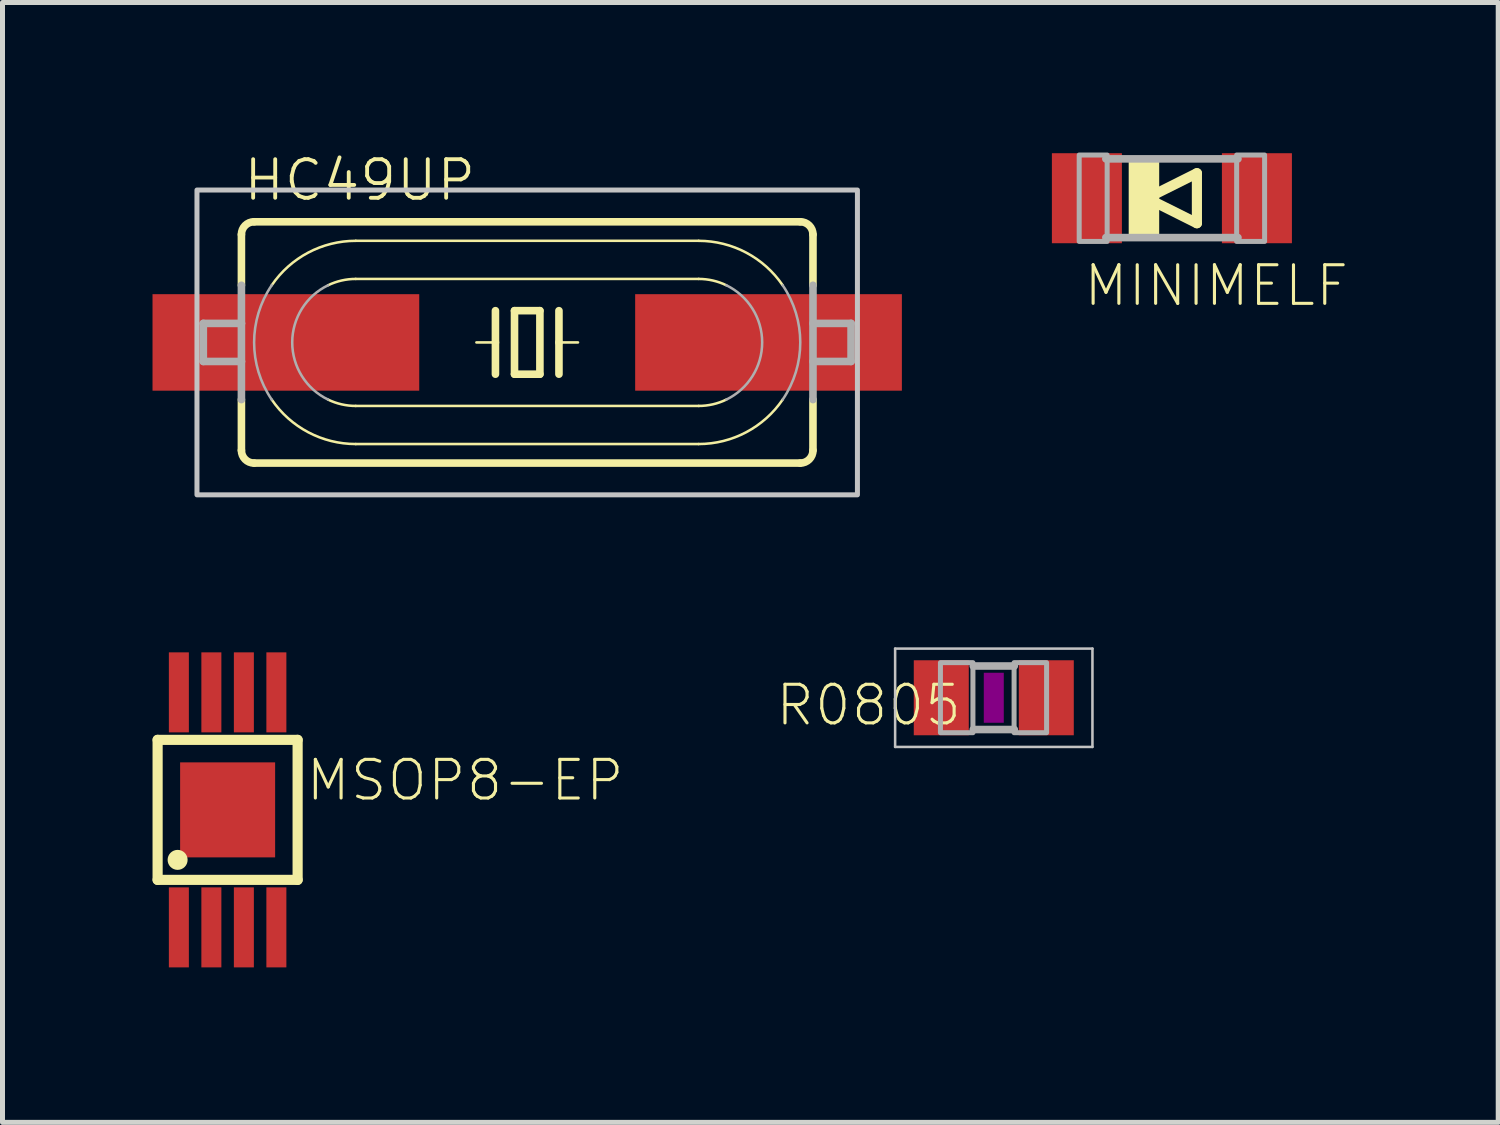
<source format=kicad_pcb>
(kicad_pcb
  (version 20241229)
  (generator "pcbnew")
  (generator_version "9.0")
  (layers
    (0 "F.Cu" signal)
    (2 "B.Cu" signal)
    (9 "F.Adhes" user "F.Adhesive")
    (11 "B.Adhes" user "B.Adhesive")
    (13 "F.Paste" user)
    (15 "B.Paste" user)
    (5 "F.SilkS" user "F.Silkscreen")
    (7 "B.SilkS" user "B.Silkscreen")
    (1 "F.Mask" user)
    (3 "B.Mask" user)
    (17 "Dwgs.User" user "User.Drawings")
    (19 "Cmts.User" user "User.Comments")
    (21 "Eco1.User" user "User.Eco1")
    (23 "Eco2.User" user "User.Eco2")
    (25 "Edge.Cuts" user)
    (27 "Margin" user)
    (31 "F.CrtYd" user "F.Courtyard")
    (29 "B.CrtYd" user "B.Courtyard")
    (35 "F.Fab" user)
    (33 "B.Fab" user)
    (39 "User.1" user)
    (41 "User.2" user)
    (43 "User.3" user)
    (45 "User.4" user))
  (footprint "MSOP8-EP"
    (layer "F.Cu")
    (at 1.502 13.146)
    (property "Reference" "MSOP8-EP" (at 1.53 -0.14 0) (layer "F.SilkS") (effects (font (size 0.772 0.772) (thickness 0.062)) (justify left bottom)))
    (attr through_hole)
    (fp_poly (pts (xy -1.225 -1.525) (xy -0.725 -1.525) (xy -0.725 -3.25) (xy -1.225 -3.25)) (stroke (width 0) (type solid)) (fill yes) (layer "F.Mask"))
    (fp_poly (pts (xy -1.225 3.25) (xy -0.725 3.25) (xy -0.725 1.525) (xy -1.225 1.525)) (stroke (width 0) (type solid)) (fill yes) (layer "F.Mask"))
    (fp_poly (pts (xy -0.575 -1.525) (xy -0.075 -1.525) (xy -0.075 -3.25) (xy -0.575 -3.25)) (stroke (width 0) (type solid)) (fill yes) (layer "F.Mask"))
    (fp_poly (pts (xy -0.575 3.25) (xy -0.075 3.25) (xy -0.075 1.525) (xy -0.575 1.525)) (stroke (width 0) (type solid)) (fill yes) (layer "F.Mask"))
    (fp_poly (pts (xy 0.075 -1.525) (xy 0.575 -1.525) (xy 0.575 -3.25) (xy 0.075 -3.25)) (stroke (width 0) (type solid)) (fill yes) (layer "F.Mask"))
    (fp_poly (pts (xy 0.075 3.25) (xy 0.575 3.25) (xy 0.575 1.525) (xy 0.075 1.525)) (stroke (width 0) (type solid)) (fill yes) (layer "F.Mask"))
    (fp_poly (pts (xy 0.725 -1.525) (xy 1.225 -1.525) (xy 1.225 -3.25) (xy 0.725 -3.25)) (stroke (width 0) (type solid)) (fill yes) (layer "F.Mask"))
    (fp_poly (pts (xy 0.725 3.25) (xy 1.225 3.25) (xy 1.225 1.525) (xy 0.725 1.525)) (stroke (width 0) (type solid)) (fill yes) (layer "F.Mask"))
    (fp_line (start -1.4 -1.4) (end 1.4 -1.4) (stroke (width 0.203) (type solid)) (layer "F.SilkS"))
    (fp_line (start -1.4 1.4) (end -1.4 -1.4) (stroke (width 0.203) (type solid)) (layer "F.SilkS"))
    (fp_line (start 1.4 -1.4) (end 1.4 1.4) (stroke (width 0.203) (type solid)) (layer "F.SilkS"))
    (fp_line (start 1.4 1.4) (end -1.4 1.4) (stroke (width 0.203) (type solid)) (layer "F.SilkS"))
    (fp_circle (center -1 1) (end -0.9 1) (stroke (width 0.2) (type solid)) (fill no) (layer "F.SilkS"))
    (pad "1" smd rect (at -0.975 2.35) (size 0.4 1.6) (layers "F.Cu" "F.Mask" "F.Paste"))
    (pad "2" smd rect (at -0.325 2.35) (size 0.4 1.6) (layers "F.Cu" "F.Mask" "F.Paste"))
    (pad "3" smd rect (at 0.325 2.35) (size 0.4 1.6) (layers "F.Cu" "F.Mask" "F.Paste"))
    (pad "4" smd rect (at 0.975 2.35) (size 0.4 1.6) (layers "F.Cu" "F.Mask" "F.Paste"))
    (pad "5" smd rect (at 0.975 -2.35) (size 0.4 1.6) (layers "F.Cu" "F.Mask" "F.Paste"))
    (pad "6" smd rect (at 0.325 -2.35) (size 0.4 1.6) (layers "F.Cu" "F.Mask" "F.Paste"))
    (pad "7" smd rect (at -0.325 -2.35) (size 0.4 1.6) (layers "F.Cu" "F.Mask" "F.Paste"))
    (pad "8" smd rect (at -0.975 -2.35) (size 0.4 1.6) (layers "F.Cu" "F.Mask" "F.Paste"))
    (pad "EP" smd rect (at 0 0) (size 1.9 1.9) (layers "F.Cu" "F.Mask" "F.Paste")))
  (footprint "HC49UP"
    (layer "F.Cu")
    (at 7.493 3.798)
    (property "Reference" "HC49UP" (at -5.715 -2.794 0) (layer "F.SilkS") (effects (font (size 0.772 0.772) (thickness 0.077)) (justify left bottom)))
    (attr through_hole)
    (fp_line (start -5.715 -1.143) (end -5.715 -2.159) (stroke (width 0.152) (type solid)) (layer "F.SilkS"))
    (fp_line (start -5.715 2.159) (end -5.715 1.143) (stroke (width 0.152) (type solid)) (layer "F.SilkS"))
    (fp_line (start -3.429 -2.032) (end 3.429 -2.032) (stroke (width 0.051) (type solid)) (layer "F.SilkS"))
    (fp_line (start -3.429 -1.27) (end 3.429 -1.27) (stroke (width 0.051) (type solid)) (layer "F.SilkS"))
    (fp_line (start -0.635 -0.635) (end -0.635 0) (stroke (width 0.152) (type solid)) (layer "F.SilkS"))
    (fp_line (start -0.635 0) (end -1.016 0) (stroke (width 0.051) (type solid)) (layer "F.SilkS"))
    (fp_line (start -0.635 0) (end -0.635 0.635) (stroke (width 0.152) (type solid)) (layer "F.SilkS"))
    (fp_line (start -0.254 -0.635) (end -0.254 0.635) (stroke (width 0.152) (type solid)) (layer "F.SilkS"))
    (fp_line (start -0.254 0.635) (end 0.254 0.635) (stroke (width 0.152) (type solid)) (layer "F.SilkS"))
    (fp_line (start 0.254 -0.635) (end -0.254 -0.635) (stroke (width 0.152) (type solid)) (layer "F.SilkS"))
    (fp_line (start 0.254 0.635) (end 0.254 -0.635) (stroke (width 0.152) (type solid)) (layer "F.SilkS"))
    (fp_line (start 0.635 -0.635) (end 0.635 0) (stroke (width 0.152) (type solid)) (layer "F.SilkS"))
    (fp_line (start 0.635 0) (end 0.635 0.635) (stroke (width 0.152) (type solid)) (layer "F.SilkS"))
    (fp_line (start 0.635 0) (end 1.016 0) (stroke (width 0.051) (type solid)) (layer "F.SilkS"))
    (fp_line (start 3.429 1.27) (end -3.429 1.27) (stroke (width 0.051) (type solid)) (layer "F.SilkS"))
    (fp_line (start 3.429 2.032) (end -3.429 2.032) (stroke (width 0.051) (type solid)) (layer "F.SilkS"))
    (fp_line (start 5.461 -2.413) (end -5.461 -2.413) (stroke (width 0.152) (type solid)) (layer "F.SilkS"))
    (fp_line (start 5.461 2.413) (end -5.461 2.413) (stroke (width 0.152) (type solid)) (layer "F.SilkS"))
    (fp_line (start 5.715 -1.143) (end 5.715 -2.159) (stroke (width 0.152) (type solid)) (layer "F.SilkS"))
    (fp_line (start 5.715 2.159) (end 5.715 1.143) (stroke (width 0.152) (type solid)) (layer "F.SilkS"))
    (fp_arc (start -5.715 -2.159) (mid -5.640605 -2.338605) (end -5.461 -2.413) (stroke (width 0.1524) (type solid)) (layer "F.SilkS"))
    (fp_arc (start -5.461 2.413) (mid -5.640605 2.338605) (end -5.715 2.159) (stroke (width 0.1524) (type solid)) (layer "F.SilkS"))
    (fp_arc (start -5.1091 -1.143) (mid -4.379417 -1.796107) (end -3.429 -2.032101) (stroke (width 0.0508) (type solid)) (layer "F.SilkS"))
    (fp_arc (start -3.9826 -1.143) (mid -3.712991 -1.237845) (end -3.429 -1.27) (stroke (width 0.0508) (type solid)) (layer "F.SilkS"))
    (fp_arc (start -3.429 1.27) (mid -3.712991 1.237845) (end -3.9826 1.143) (stroke (width 0.0508) (type solid)) (layer "F.SilkS"))
    (fp_arc (start -3.429 2.032001) (mid -4.379408 1.796063) (end -5.1091 1.143) (stroke (width 0.0508) (type solid)) (layer "F.SilkS"))
    (fp_arc (start 3.429 -2.032) (mid 4.379408 -1.796062) (end 5.1091 -1.142999) (stroke (width 0.0508) (type solid)) (layer "F.SilkS"))
    (fp_arc (start 3.429 -1.27) (mid 3.712991 -1.237845) (end 3.9826 -1.143) (stroke (width 0.0508) (type solid)) (layer "F.SilkS"))
    (fp_arc (start 3.9826 1.143) (mid 3.712991 1.237845) (end 3.429 1.27) (stroke (width 0.0508) (type solid)) (layer "F.SilkS"))
    (fp_arc (start 5.109 1.142899) (mid 4.379368 1.795994) (end 3.429 2.032) (stroke (width 0.0508) (type solid)) (layer "F.SilkS"))
    (fp_arc (start 5.461 -2.413) (mid 5.640605 -2.338605) (end 5.715 -2.159) (stroke (width 0.1524) (type solid)) (layer "F.SilkS"))
    (fp_arc (start 5.715 2.159) (mid 5.640605 2.338605) (end 5.461 2.413) (stroke (width 0.1524) (type solid)) (layer "F.SilkS"))
    (fp_poly (pts (xy -6.604 3.048) (xy 6.604 3.048) (xy 6.604 -3.048) (xy -6.604 -3.048)) (stroke (width 0.1) (type solid)) (fill no) (layer "Dwgs.User"))
    (fp_line (start -6.477 0.381) (end -6.477 -0.381) (stroke (width 0.152) (type solid)) (layer "F.Fab"))
    (fp_line (start -5.715 -0.381) (end -6.477 -0.381) (stroke (width 0.152) (type solid)) (layer "F.Fab"))
    (fp_line (start -5.715 -0.381) (end -5.715 -1.143) (stroke (width 0.152) (type solid)) (layer "F.Fab"))
    (fp_line (start -5.715 0.381) (end -6.477 0.381) (stroke (width 0.152) (type solid)) (layer "F.Fab"))
    (fp_line (start -5.715 0.381) (end -5.715 -0.381) (stroke (width 0.152) (type solid)) (layer "F.Fab"))
    (fp_line (start -5.715 1.143) (end -5.715 0.381) (stroke (width 0.152) (type solid)) (layer "F.Fab"))
    (fp_line (start 5.715 -0.381) (end 6.477 -0.381) (stroke (width 0.152) (type solid)) (layer "F.Fab"))
    (fp_line (start 5.715 0.381) (end 6.477 0.381) (stroke (width 0.152) (type solid)) (layer "F.Fab"))
    (fp_line (start 5.715 1.143) (end 5.715 -1.143) (stroke (width 0.152) (type solid)) (layer "F.Fab"))
    (fp_line (start 6.477 0.381) (end 6.477 -0.381) (stroke (width 0.152) (type solid)) (layer "F.Fab"))
    (fp_arc (start -5.1091 1.143) (mid -5.46104 0) (end -5.1091 -1.143) (stroke (width 0.0508) (type solid)) (layer "F.Fab"))
    (fp_arc (start -3.9826 1.143) (mid -4.699009 0) (end -3.9826 -1.143) (stroke (width 0.0508) (type solid)) (layer "F.Fab"))
    (fp_arc (start 3.9826 -1.143) (mid 4.699009 0) (end 3.9826 1.143) (stroke (width 0.0508) (type solid)) (layer "F.Fab"))
    (fp_arc (start 5.1091 -1.143) (mid 5.46104 0) (end 5.1091 1.143) (stroke (width 0.0508) (type solid)) (layer "F.Fab"))
    (pad "1" smd rect (at -4.826 0) (size 5.334 1.93) (layers "F.Cu" "F.Mask" "F.Paste"))
    (pad "2" smd rect (at 4.826 0) (size 5.334 1.93) (layers "F.Cu" "F.Mask" "F.Paste")))
  (footprint "MINIMELF"
    (layer "F.Cu")
    (at 20.386 0.914)
    (property "Reference" "MINIMELF" (at -1.8 2.2 180) (layer "F.SilkS") (effects (font (size 0.772 0.772) (thickness 0.062)) (justify left bottom)))
    (attr through_hole)
    (fp_line (start -0.5 0) (end 0.5 0.5) (stroke (width 0.203) (type solid)) (layer "F.SilkS"))
    (fp_line (start 0.5 -0.5) (end -0.5 0) (stroke (width 0.203) (type solid)) (layer "F.SilkS"))
    (fp_line (start 0.5 0.5) (end 0.5 -0.5) (stroke (width 0.203) (type solid)) (layer "F.SilkS"))
    (fp_poly (pts (xy -0.864 0.787) (xy -0.254 0.787) (xy -0.254 -0.787) (xy -0.864 -0.787)) (stroke (width 0) (type solid)) (fill yes) (layer "F.SilkS"))
    (fp_line (start 1.321 -0.787) (end -1.321 -0.787) (stroke (width 0.152) (type solid)) (layer "F.Fab"))
    (fp_line (start 1.321 0.787) (end -1.321 0.787) (stroke (width 0.152) (type solid)) (layer "F.Fab"))
    (fp_poly (pts (xy -1.854 0.864) (xy -1.295 0.864) (xy -1.295 -0.864) (xy -1.854 -0.864)) (stroke (width 0.1) (type solid)) (fill no) (layer "F.Fab"))
    (fp_poly (pts (xy 1.295 0.864) (xy 1.854 0.864) (xy 1.854 -0.864) (xy 1.295 -0.864)) (stroke (width 0.1) (type solid)) (fill no) (layer "F.Fab"))
    (pad "A" smd rect (at 1.7 0) (size 1.4 1.8) (layers "F.Cu" "F.Mask" "F.Paste"))
    (pad "C" smd rect (at -1.7 0) (size 1.4 1.8) (layers "F.Cu" "F.Mask" "F.Paste")))
  (footprint "R0805"
    (layer "F.Cu")
    (at 16.824 10.904)
    (property "Reference" "R0805" (at -4.4 0.6 0) (layer "F.SilkS") (effects (font (size 0.772 0.772) (thickness 0.062)) (justify left bottom)))
    (attr through_hole)
    (fp_poly (pts (xy -0.2 0.5) (xy 0.2 0.5) (xy 0.2 -0.5) (xy -0.2 -0.5)) (stroke (width 0) (type solid)) (fill yes) (layer "F.Adhes"))
    (fp_line (start -1.973 -0.983) (end 1.973 -0.983) (stroke (width 0.051) (type solid)) (layer "Dwgs.User"))
    (fp_line (start -1.973 0.983) (end -1.973 -0.983) (stroke (width 0.051) (type solid)) (layer "Dwgs.User"))
    (fp_line (start 1.973 -0.983) (end 1.973 0.983) (stroke (width 0.051) (type solid)) (layer "Dwgs.User"))
    (fp_line (start 1.973 0.983) (end -1.973 0.983) (stroke (width 0.051) (type solid)) (layer "Dwgs.User"))
    (fp_line (start -0.41 -0.635) (end 0.41 -0.635) (stroke (width 0.152) (type solid)) (layer "F.Fab"))
    (fp_line (start -0.41 0.635) (end 0.41 0.635) (stroke (width 0.152) (type solid)) (layer "F.Fab"))
    (fp_poly (pts (xy -1.067 0.699) (xy -0.417 0.699) (xy -0.417 -0.702) (xy -1.067 -0.702)) (stroke (width 0.1) (type solid)) (fill no) (layer "F.Fab"))
    (fp_poly (pts (xy 0.406 0.699) (xy 1.056 0.699) (xy 1.056 -0.702) (xy 0.406 -0.702)) (stroke (width 0.1) (type solid)) (fill no) (layer "F.Fab"))
    (pad "1" smd rect (at -1.05 0) (size 1.1 1.5) (layers "F.Cu" "F.Mask" "F.Paste"))
    (pad "2" smd rect (at 1.05 0) (size 1.1 1.5) (layers "F.Cu" "F.Mask" "F.Paste")))
  (gr_rect
    (start -3 -3)
    (end 26.912 19.396)
    (stroke (width 0.1) (type default))
    (fill no)
    (layer "Edge.Cuts")))
</source>
